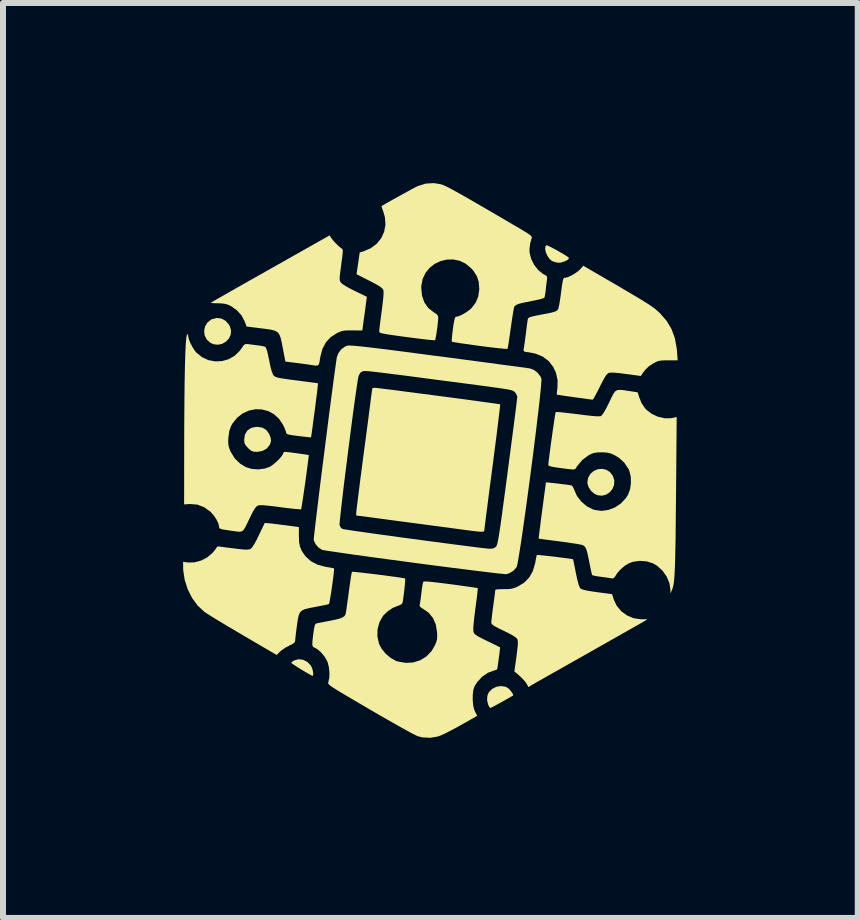
<source format=kicad_pcb>
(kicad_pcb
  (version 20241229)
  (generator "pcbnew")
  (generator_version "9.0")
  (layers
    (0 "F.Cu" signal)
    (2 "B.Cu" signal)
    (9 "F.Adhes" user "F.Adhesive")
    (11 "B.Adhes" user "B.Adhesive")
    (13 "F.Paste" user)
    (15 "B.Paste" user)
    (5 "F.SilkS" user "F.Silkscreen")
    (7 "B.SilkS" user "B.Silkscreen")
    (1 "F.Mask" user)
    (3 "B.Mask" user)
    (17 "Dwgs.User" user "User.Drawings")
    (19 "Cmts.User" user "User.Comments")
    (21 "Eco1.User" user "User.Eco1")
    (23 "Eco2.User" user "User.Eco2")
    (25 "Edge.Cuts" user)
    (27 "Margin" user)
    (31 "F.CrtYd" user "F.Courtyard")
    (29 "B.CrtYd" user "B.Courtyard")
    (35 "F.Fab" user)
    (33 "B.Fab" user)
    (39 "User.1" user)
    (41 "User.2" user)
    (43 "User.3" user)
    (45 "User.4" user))
  (footprint "Logo_10x10mm"
    (layer "F.Cu")
    (at 4.167 4.66)
    (property "Reference" "Logo_10x10mm" (at 0 0 0) (layer "F.SilkS") (effects (font (size 0.001 0.001) (thickness 0.15))))
    (attr board_only exclude_from_pos_files exclude_from_bom)
    (fp_poly (pts (xy -3.53 -2.404) (xy -3.459 -2.366) (xy -3.402 -2.301) (xy -3.39 -2.28) (xy -3.368 -2.207) (xy -3.374 -2.136) (xy -3.403 -2.073) (xy -3.451 -2.021) (xy -3.513 -1.984) (xy -3.583 -1.968) (xy -3.657 -1.975) (xy -3.712 -1.999) (xy -3.772 -2.053) (xy -3.807 -2.121) (xy -3.817 -2.195) (xy -3.802 -2.269) (xy -3.764 -2.335) (xy -3.702 -2.385) (xy -3.691 -2.391) (xy -3.609 -2.413)) (stroke (width 0) (type solid)) (fill yes) (layer "F.SilkS"))
    (fp_poly (pts (xy 2.879 0.114) (xy 2.941 0.152) (xy 2.991 0.215) (xy 2.992 0.217) (xy 3.016 0.294) (xy 3.012 0.368) (xy 2.985 0.435) (xy 2.94 0.49) (xy 2.881 0.529) (xy 2.813 0.547) (xy 2.74 0.54) (xy 2.687 0.517) (xy 2.63 0.468) (xy 2.588 0.406) (xy 2.568 0.342) (xy 2.567 0.328) (xy 2.58 0.247) (xy 2.618 0.183) (xy 2.672 0.136) (xy 2.738 0.107) (xy 2.809 0.1)) (stroke (width 0) (type solid)) (fill yes) (layer "F.SilkS"))
    (fp_poly (pts (xy -2.168 3.28) (xy -2.098 3.316) (xy -2.04 3.376) (xy -2.033 3.388) (xy -2.015 3.428) (xy -2.004 3.474) (xy -1.999 3.516) (xy -2.004 3.543) (xy -2.013 3.548) (xy -2.031 3.54) (xy -2.072 3.517) (xy -2.129 3.484) (xy -2.196 3.444) (xy -2.262 3.403) (xy -2.316 3.368) (xy -2.353 3.342) (xy -2.367 3.33) (xy -2.367 3.33) (xy -2.353 3.315) (xy -2.321 3.294) (xy -2.314 3.29) (xy -2.242 3.271)) (stroke (width 0) (type solid)) (fill yes) (layer "F.SilkS"))
    (fp_poly (pts (xy 1.902 -3.62) (xy 1.942 -3.602) (xy 1.997 -3.574) (xy 2.06 -3.54) (xy 2.124 -3.503) (xy 2.183 -3.469) (xy 2.229 -3.439) (xy 2.256 -3.419) (xy 2.259 -3.415) (xy 2.254 -3.396) (xy 2.226 -3.374) (xy 2.183 -3.354) (xy 2.134 -3.339) (xy 2.092 -3.333) (xy 2.033 -3.342) (xy 1.979 -3.362) (xy 1.974 -3.365) (xy 1.934 -3.401) (xy 1.9 -3.451) (xy 1.876 -3.507) (xy 1.864 -3.561) (xy 1.868 -3.604) (xy 1.883 -3.625)) (stroke (width 0) (type solid)) (fill yes) (layer "F.SilkS"))
    (fp_poly (pts (xy -2.847 -0.587) (xy -2.781 -0.547) (xy -2.734 -0.481) (xy -2.732 -0.478) (xy -2.708 -0.416) (xy -2.702 -0.368) (xy -2.714 -0.323) (xy -2.726 -0.298) (xy -2.775 -0.237) (xy -2.847 -0.198) (xy -2.935 -0.183) (xy -2.939 -0.183) (xy -2.991 -0.186) (xy -3.028 -0.199) (xy -3.066 -0.229) (xy -3.085 -0.248) (xy -3.125 -0.292) (xy -3.144 -0.33) (xy -3.15 -0.374) (xy -3.15 -0.382) (xy -3.137 -0.47) (xy -3.098 -0.537) (xy -3.036 -0.581) (xy -2.953 -0.599) (xy -2.933 -0.6)) (stroke (width 0) (type solid)) (fill yes) (layer "F.SilkS"))
    (fp_poly (pts (xy 1.204 3.73) (xy 1.233 3.744) (xy 1.263 3.768) (xy 1.294 3.803) (xy 1.32 3.839) (xy 1.332 3.866) (xy 1.331 3.874) (xy 1.311 3.887) (xy 1.27 3.911) (xy 1.214 3.942) (xy 1.151 3.978) (xy 1.086 4.013) (xy 1.027 4.045) (xy 0.981 4.069) (xy 0.954 4.082) (xy 0.951 4.083) (xy 0.936 4.07) (xy 0.918 4.036) (xy 0.915 4.03) (xy 0.897 3.953) (xy 0.902 3.877) (xy 0.924 3.824) (xy 0.979 3.767) (xy 1.051 3.73) (xy 1.129 3.718)) (stroke (width 0) (type solid)) (fill yes) (layer "F.SilkS"))
    (fp_poly (pts (xy -0.951 -1.248) (xy -0.897 -1.242) (xy -0.819 -1.232) (xy -0.718 -1.22) (xy -0.598 -1.205) (xy -0.464 -1.187) (xy -0.317 -1.168) (xy -0.163 -1.148) (xy -0.003 -1.127) (xy 0.158 -1.106) (xy 0.318 -1.085) (xy 0.472 -1.064) (xy 0.617 -1.045) (xy 0.75 -1.027) (xy 0.868 -1.01) (xy 0.966 -0.997) (xy 1.043 -0.986) (xy 1.093 -0.978) (xy 1.114 -0.974) (xy 1.115 -0.974) (xy 1.114 -0.957) (xy 1.109 -0.909) (xy 1.1 -0.834) (xy 1.088 -0.735) (xy 1.073 -0.613) (xy 1.056 -0.473) (xy 1.036 -0.317) (xy 1.014 -0.147) (xy 0.991 0.033) (xy 0.986 0.071) (xy 0.962 0.253) (xy 0.939 0.426) (xy 0.918 0.587) (xy 0.9 0.732) (xy 0.883 0.859) (xy 0.87 0.965) (xy 0.859 1.047) (xy 0.853 1.102) (xy 0.85 1.128) (xy 0.85 1.129) (xy 0.845 1.14) (xy 0.829 1.146) (xy 0.797 1.147) (xy 0.745 1.144) (xy 0.67 1.136) (xy 0.567 1.122) (xy 0.517 1.116) (xy 0.453 1.107) (xy 0.361 1.095) (xy 0.245 1.079) (xy 0.109 1.061) (xy -0.041 1.041) (xy -0.202 1.02) (xy -0.368 0.998) (xy -0.496 0.981) (xy -1.283 0.877) (xy -1.283 0.834) (xy -1.281 0.811) (xy -1.275 0.757) (xy -1.265 0.676) (xy -1.252 0.571) (xy -1.236 0.445) (xy -1.218 0.301) (xy -1.197 0.141) (xy -1.175 -0.03) (xy -1.151 -0.21) (xy -1.15 -0.217) (xy -1.126 -0.396) (xy -1.104 -0.566) (xy -1.083 -0.723) (xy -1.065 -0.865) (xy -1.049 -0.988) (xy -1.036 -1.089) (xy -1.026 -1.167) (xy -1.019 -1.217) (xy -1.017 -1.237) (xy -1.017 -1.238) (xy -1.002 -1.247) (xy -0.975 -1.25)) (stroke (width 0) (type solid)) (fill yes) (layer "F.SilkS"))
    (fp_poly (pts (xy -1.702 -3.749) (xy -1.669 -3.706) (xy -1.624 -3.657) (xy -1.577 -3.611) (xy -1.537 -3.578) (xy -1.528 -3.572) (xy -1.517 -3.565) (xy -1.51 -3.552) (xy -1.507 -3.531) (xy -1.509 -3.494) (xy -1.515 -3.438) (xy -1.526 -3.357) (xy -1.533 -3.301) (xy -1.546 -3.204) (xy -1.555 -3.133) (xy -1.559 -3.084) (xy -1.558 -3.051) (xy -1.553 -3.029) (xy -1.544 -3.01) (xy -1.541 -3.005) (xy -1.512 -2.978) (xy -1.456 -2.942) (xy -1.376 -2.898) (xy -1.31 -2.865) (xy -1.106 -2.766) (xy -1.143 -2.487) (xy -1.156 -2.395) (xy -1.167 -2.316) (xy -1.175 -2.254) (xy -1.18 -2.216) (xy -1.182 -2.206) (xy -1.198 -2.205) (xy -1.24 -2.205) (xy -1.301 -2.206) (xy -1.346 -2.206) (xy -1.425 -2.206) (xy -1.481 -2.203) (xy -1.526 -2.194) (xy -1.569 -2.178) (xy -1.603 -2.162) (xy -1.708 -2.095) (xy -1.788 -2.008) (xy -1.846 -1.9) (xy -1.881 -1.767) (xy -1.885 -1.742) (xy -1.895 -1.679) (xy -1.906 -1.64) (xy -1.926 -1.622) (xy -1.962 -1.62) (xy -2.02 -1.628) (xy -2.05 -1.633) (xy -2.1 -1.641) (xy -2.171 -1.65) (xy -2.252 -1.661) (xy -2.294 -1.666) (xy -2.463 -1.687) (xy -2.507 -1.914) (xy -2.526 -2.015) (xy -2.544 -2.089) (xy -2.566 -2.142) (xy -2.596 -2.178) (xy -2.64 -2.202) (xy -2.703 -2.218) (xy -2.791 -2.231) (xy -2.869 -2.241) (xy -3.11 -2.271) (xy -3.14 -2.353) (xy -3.191 -2.452) (xy -3.269 -2.54) (xy -3.366 -2.609) (xy -3.374 -2.613) (xy -3.428 -2.638) (xy -3.48 -2.651) (xy -3.545 -2.657) (xy -3.587 -2.658) (xy -3.645 -2.659) (xy -3.687 -2.663) (xy -3.704 -2.667) (xy -3.703 -2.669) (xy -3.687 -2.679) (xy -3.644 -2.703) (xy -3.577 -2.742) (xy -3.489 -2.792) (xy -3.38 -2.854) (xy -3.255 -2.925) (xy -3.115 -3.005) (xy -2.963 -3.091) (xy -2.801 -3.182) (xy -2.709 -3.234) (xy -1.727 -3.789)) (stroke (width 0) (type solid)) (fill yes) (layer "F.SilkS"))
    (fp_poly (pts (xy -2.744 1.006) (xy -2.677 1.013) (xy -2.593 1.023) (xy -2.52 1.033) (xy -2.238 1.07) (xy -2.239 1.214) (xy -2.235 1.318) (xy -2.219 1.4) (xy -2.187 1.473) (xy -2.135 1.547) (xy -2.127 1.558) (xy -2.039 1.638) (xy -1.928 1.696) (xy -1.795 1.732) (xy -1.782 1.734) (xy -1.722 1.744) (xy -1.676 1.753) (xy -1.654 1.758) (xy -1.653 1.759) (xy -1.652 1.777) (xy -1.656 1.822) (xy -1.663 1.887) (xy -1.673 1.965) (xy -1.685 2.05) (xy -1.697 2.135) (xy -1.71 2.214) (xy -1.721 2.281) (xy -1.73 2.329) (xy -1.737 2.351) (xy -1.737 2.351) (xy -1.758 2.358) (xy -1.805 2.369) (xy -1.872 2.382) (xy -1.951 2.397) (xy -1.962 2.399) (xy -2.062 2.418) (xy -2.135 2.436) (xy -2.186 2.459) (xy -2.219 2.491) (xy -2.241 2.539) (xy -2.256 2.608) (xy -2.27 2.702) (xy -2.272 2.719) (xy -2.283 2.802) (xy -2.292 2.876) (xy -2.298 2.932) (xy -2.3 2.964) (xy -2.3 2.965) (xy -2.308 2.989) (xy -2.336 3.013) (xy -2.39 3.04) (xy -2.396 3.043) (xy -2.459 3.076) (xy -2.52 3.117) (xy -2.55 3.142) (xy -2.609 3.2) (xy -3.167 2.874) (xy -3.295 2.798) (xy -3.417 2.726) (xy -3.53 2.658) (xy -3.63 2.598) (xy -3.712 2.547) (xy -3.773 2.508) (xy -3.81 2.483) (xy -3.812 2.482) (xy -3.923 2.379) (xy -4.017 2.251) (xy -4.09 2.107) (xy -4.14 1.951) (xy -4.165 1.79) (xy -4.166 1.737) (xy -4.167 1.649) (xy -4.086 1.66) (xy -3.979 1.658) (xy -3.87 1.629) (xy -3.767 1.576) (xy -3.679 1.502) (xy -3.638 1.453) (xy -3.593 1.391) (xy -3.339 1.423) (xy -3.237 1.436) (xy -3.164 1.443) (xy -3.112 1.446) (xy -3.077 1.444) (xy -3.052 1.438) (xy -3.044 1.434) (xy -3.016 1.407) (xy -2.979 1.35) (xy -2.932 1.262) (xy -2.908 1.211) (xy -2.872 1.136) (xy -2.841 1.072) (xy -2.819 1.026) (xy -2.807 1.003) (xy -2.806 1.002) (xy -2.789 1.002)) (stroke (width 0) (type solid)) (fill yes) (layer "F.SilkS"))
    (fp_poly (pts (xy 1.744 1.535) (xy 1.788 1.538) (xy 1.852 1.545) (xy 1.93 1.553) (xy 2.015 1.563) (xy 2.102 1.574) (xy 2.182 1.584) (xy 2.251 1.593) (xy 2.301 1.601) (xy 2.327 1.605) (xy 2.328 1.606) (xy 2.333 1.623) (xy 2.342 1.666) (xy 2.355 1.73) (xy 2.371 1.809) (xy 2.375 1.834) (xy 2.4 1.948) (xy 2.422 2.03) (xy 2.442 2.079) (xy 2.449 2.089) (xy 2.471 2.103) (xy 2.508 2.116) (xy 2.566 2.129) (xy 2.65 2.143) (xy 2.729 2.154) (xy 2.979 2.188) (xy 3.006 2.275) (xy 3.056 2.381) (xy 3.132 2.472) (xy 3.228 2.542) (xy 3.337 2.588) (xy 3.455 2.605) (xy 3.459 2.605) (xy 3.567 2.606) (xy 3.521 2.635) (xy 3.499 2.648) (xy 3.45 2.676) (xy 3.377 2.717) (xy 3.284 2.77) (xy 3.171 2.834) (xy 3.044 2.906) (xy 2.903 2.986) (xy 2.751 3.072) (xy 2.592 3.162) (xy 2.583 3.167) (xy 2.424 3.257) (xy 2.271 3.343) (xy 2.129 3.424) (xy 2 3.497) (xy 1.886 3.561) (xy 1.79 3.616) (xy 1.715 3.658) (xy 1.664 3.688) (xy 1.639 3.702) (xy 1.638 3.703) (xy 1.585 3.735) (xy 1.561 3.688) (xy 1.526 3.638) (xy 1.469 3.577) (xy 1.397 3.512) (xy 1.388 3.505) (xy 1.351 3.475) (xy 1.386 3.227) (xy 1.399 3.123) (xy 1.407 3.047) (xy 1.41 2.994) (xy 1.407 2.958) (xy 1.402 2.939) (xy 1.382 2.915) (xy 1.342 2.886) (xy 1.277 2.849) (xy 1.185 2.803) (xy 1.175 2.798) (xy 1.09 2.757) (xy 1.032 2.726) (xy 0.995 2.703) (xy 0.975 2.684) (xy 0.967 2.667) (xy 0.967 2.66) (xy 0.969 2.63) (xy 0.975 2.574) (xy 0.984 2.499) (xy 0.995 2.412) (xy 1 2.375) (xy 1.012 2.288) (xy 1.022 2.212) (xy 1.029 2.155) (xy 1.033 2.121) (xy 1.033 2.116) (xy 1.049 2.11) (xy 1.09 2.106) (xy 1.148 2.104) (xy 1.171 2.104) (xy 1.249 2.103) (xy 1.308 2.096) (xy 1.36 2.081) (xy 1.402 2.063) (xy 1.512 1.998) (xy 1.597 1.912) (xy 1.658 1.805) (xy 1.697 1.674) (xy 1.702 1.646) (xy 1.712 1.591) (xy 1.721 1.55) (xy 1.726 1.535)) (stroke (width 0) (type solid)) (fill yes) (layer "F.SilkS"))
    (fp_poly (pts (xy 3.079 -2.946) (xy 3.228 -2.858) (xy 3.352 -2.785) (xy 3.453 -2.725) (xy 3.535 -2.674) (xy 3.601 -2.632) (xy 3.654 -2.595) (xy 3.698 -2.562) (xy 3.734 -2.531) (xy 3.768 -2.5) (xy 3.777 -2.492) (xy 3.887 -2.366) (xy 3.968 -2.23) (xy 4.024 -2.079) (xy 4.055 -1.91) (xy 4.061 -1.85) (xy 4.071 -1.708) (xy 3.915 -1.708) (xy 3.838 -1.707) (xy 3.783 -1.703) (xy 3.741 -1.693) (xy 3.7 -1.675) (xy 3.669 -1.659) (xy 3.589 -1.607) (xy 3.526 -1.544) (xy 3.483 -1.486) (xy 3.458 -1.447) (xy 3.208 -1.481) (xy 3.105 -1.494) (xy 3.03 -1.501) (xy 2.977 -1.504) (xy 2.941 -1.502) (xy 2.917 -1.495) (xy 2.917 -1.495) (xy 2.893 -1.475) (xy 2.863 -1.434) (xy 2.826 -1.369) (xy 2.778 -1.276) (xy 2.772 -1.262) (xy 2.734 -1.187) (xy 2.7 -1.123) (xy 2.674 -1.077) (xy 2.658 -1.054) (xy 2.655 -1.052) (xy 2.635 -1.055) (xy 2.587 -1.061) (xy 2.518 -1.071) (xy 2.432 -1.082) (xy 2.352 -1.093) (xy 2.258 -1.106) (xy 2.176 -1.118) (xy 2.112 -1.128) (xy 2.071 -1.134) (xy 2.058 -1.137) (xy 2.058 -1.155) (xy 2.062 -1.196) (xy 2.068 -1.242) (xy 2.072 -1.374) (xy 2.044 -1.5) (xy 2 -1.595) (xy 1.925 -1.693) (xy 1.827 -1.768) (xy 1.708 -1.818) (xy 1.595 -1.841) (xy 1.541 -1.848) (xy 1.513 -1.857) (xy 1.504 -1.871) (xy 1.506 -1.895) (xy 1.507 -1.897) (xy 1.512 -1.931) (xy 1.521 -1.989) (xy 1.531 -2.064) (xy 1.542 -2.148) (xy 1.542 -2.15) (xy 1.552 -2.233) (xy 1.562 -2.306) (xy 1.57 -2.362) (xy 1.575 -2.393) (xy 1.575 -2.393) (xy 1.582 -2.409) (xy 1.599 -2.422) (xy 1.63 -2.433) (xy 1.683 -2.446) (xy 1.761 -2.462) (xy 1.787 -2.467) (xy 1.889 -2.486) (xy 1.962 -2.501) (xy 2.013 -2.515) (xy 2.046 -2.528) (xy 2.066 -2.542) (xy 2.079 -2.559) (xy 2.081 -2.562) (xy 2.089 -2.59) (xy 2.1 -2.643) (xy 2.112 -2.715) (xy 2.124 -2.797) (xy 2.124 -2.801) (xy 2.138 -2.903) (xy 2.148 -2.978) (xy 2.157 -3.028) (xy 2.165 -3.059) (xy 2.174 -3.076) (xy 2.184 -3.082) (xy 2.197 -3.083) (xy 2.241 -3.093) (xy 2.299 -3.119) (xy 2.361 -3.156) (xy 2.417 -3.196) (xy 2.449 -3.226) (xy 2.499 -3.283)) (stroke (width 0) (type solid)) (fill yes) (layer "F.SilkS"))
    (fp_poly (pts (xy 3.168 -1.211) (xy 3.252 -1.198) (xy 3.273 -1.195) (xy 3.405 -1.175) (xy 3.425 -1.108) (xy 3.468 -0.998) (xy 3.528 -0.909) (xy 3.551 -0.884) (xy 3.639 -0.817) (xy 3.742 -0.768) (xy 3.851 -0.743) (xy 3.956 -0.743) (xy 3.977 -0.747) (xy 4.055 -0.764) (xy 4.044 0.556) (xy 4.041 0.811) (xy 4.039 1.035) (xy 4.037 1.23) (xy 4.034 1.398) (xy 4.031 1.542) (xy 4.028 1.664) (xy 4.024 1.767) (xy 4.02 1.851) (xy 4.015 1.92) (xy 4.01 1.976) (xy 4.003 2.022) (xy 3.996 2.058) (xy 3.987 2.088) (xy 3.978 2.115) (xy 3.975 2.121) (xy 3.951 2.175) (xy 3.951 2.116) (xy 3.934 2.004) (xy 3.889 1.896) (xy 3.82 1.797) (xy 3.733 1.717) (xy 3.659 1.673) (xy 3.555 1.641) (xy 3.44 1.632) (xy 3.328 1.648) (xy 3.258 1.673) (xy 3.189 1.715) (xy 3.121 1.774) (xy 3.063 1.839) (xy 3.03 1.892) (xy 3.006 1.922) (xy 2.977 1.925) (xy 2.944 1.919) (xy 2.889 1.911) (xy 2.822 1.902) (xy 2.8 1.899) (xy 2.735 1.89) (xy 2.683 1.88) (xy 2.652 1.872) (xy 2.648 1.87) (xy 2.641 1.85) (xy 2.63 1.804) (xy 2.616 1.739) (xy 2.602 1.667) (xy 2.581 1.564) (xy 2.564 1.489) (xy 2.548 1.437) (xy 2.531 1.404) (xy 2.512 1.383) (xy 2.487 1.37) (xy 2.486 1.369) (xy 2.456 1.362) (xy 2.399 1.351) (xy 2.321 1.339) (xy 2.226 1.325) (xy 2.122 1.311) (xy 2.1 1.308) (xy 1.998 1.295) (xy 1.907 1.283) (xy 1.834 1.273) (xy 1.782 1.266) (xy 1.757 1.262) (xy 1.756 1.261) (xy 1.757 1.245) (xy 1.763 1.199) (xy 1.771 1.129) (xy 1.783 1.039) (xy 1.796 0.932) (xy 1.812 0.813) (xy 1.815 0.792) (xy 1.877 0.325) (xy 1.918 0.328) (xy 1.966 0.333) (xy 2.032 0.34) (xy 2.105 0.349) (xy 2.178 0.358) (xy 2.241 0.366) (xy 2.286 0.373) (xy 2.302 0.376) (xy 2.323 0.396) (xy 2.343 0.435) (xy 2.347 0.447) (xy 2.394 0.552) (xy 2.467 0.646) (xy 2.557 0.723) (xy 2.659 0.775) (xy 2.691 0.785) (xy 2.804 0.8) (xy 2.919 0.784) (xy 3.028 0.742) (xy 3.127 0.675) (xy 3.209 0.587) (xy 3.247 0.526) (xy 3.279 0.438) (xy 3.293 0.336) (xy 3.29 0.233) (xy 3.269 0.14) (xy 3.254 0.105) (xy 3.182 -0.003) (xy 3.093 -0.085) (xy 3.02 -0.128) (xy 2.959 -0.155) (xy 2.902 -0.169) (xy 2.835 -0.175) (xy 2.8 -0.175) (xy 2.729 -0.173) (xy 2.677 -0.165) (xy 2.629 -0.148) (xy 2.583 -0.123) (xy 2.485 -0.05) (xy 2.399 0.052) (xy 2.375 0.09) (xy 2.366 0.101) (xy 2.352 0.108) (xy 2.327 0.11) (xy 2.285 0.107) (xy 2.22 0.1) (xy 2.138 0.089) (xy 2.045 0.076) (xy 1.981 0.065) (xy 1.942 0.055) (xy 1.922 0.045) (xy 1.917 0.034) (xy 1.919 0.004) (xy 1.925 -0.051) (xy 1.935 -0.127) (xy 1.947 -0.218) (xy 1.96 -0.318) (xy 1.975 -0.423) (xy 1.989 -0.527) (xy 2.004 -0.624) (xy 2.016 -0.71) (xy 2.027 -0.779) (xy 2.035 -0.826) (xy 2.04 -0.846) (xy 2.04 -0.846) (xy 2.059 -0.847) (xy 2.106 -0.844) (xy 2.176 -0.837) (xy 2.265 -0.827) (xy 2.366 -0.815) (xy 2.407 -0.81) (xy 2.533 -0.794) (xy 2.63 -0.783) (xy 2.702 -0.777) (xy 2.751 -0.775) (xy 2.783 -0.777) (xy 2.797 -0.782) (xy 2.818 -0.804) (xy 2.85 -0.853) (xy 2.888 -0.922) (xy 2.93 -1.006) (xy 2.931 -1.009) (xy 2.972 -1.094) (xy 3.003 -1.154) (xy 3.031 -1.191) (xy 3.064 -1.211) (xy 3.107 -1.216)) (stroke (width 0) (type solid)) (fill yes) (layer "F.SilkS"))
    (fp_poly (pts (xy -4.084 -2.139) (xy -4.084 -2.117) (xy -4.073 -2.066) (xy -4.048 -2) (xy -4.012 -1.931) (xy -3.972 -1.868) (xy -3.945 -1.836) (xy -3.851 -1.76) (xy -3.745 -1.711) (xy -3.632 -1.69) (xy -3.519 -1.695) (xy -3.409 -1.726) (xy -3.309 -1.783) (xy -3.224 -1.865) (xy -3.197 -1.903) (xy -3.165 -1.949) (xy -3.142 -1.973) (xy -3.117 -1.98) (xy -3.081 -1.977) (xy -3.075 -1.977) (xy -3.018 -1.969) (xy -2.949 -1.96) (xy -2.917 -1.956) (xy -2.861 -1.948) (xy -2.816 -1.938) (xy -2.799 -1.932) (xy -2.784 -1.91) (xy -2.766 -1.858) (xy -2.747 -1.774) (xy -2.733 -1.706) (xy -2.711 -1.599) (xy -2.69 -1.522) (xy -2.67 -1.473) (xy -2.659 -1.455) (xy -2.645 -1.442) (xy -2.624 -1.431) (xy -2.594 -1.421) (xy -2.549 -1.411) (xy -2.484 -1.401) (xy -2.396 -1.388) (xy -2.279 -1.373) (xy -2.275 -1.373) (xy -2.171 -1.359) (xy -2.079 -1.347) (xy -2.004 -1.337) (xy -1.95 -1.33) (xy -1.922 -1.325) (xy -1.92 -1.325) (xy -1.921 -1.308) (xy -1.926 -1.263) (xy -1.933 -1.196) (xy -1.944 -1.112) (xy -1.956 -1.015) (xy -1.969 -0.911) (xy -1.983 -0.806) (xy -1.997 -0.704) (xy -2.009 -0.61) (xy -2.02 -0.53) (xy -2.029 -0.47) (xy -2.035 -0.433) (xy -2.037 -0.425) (xy -2.054 -0.425) (xy -2.098 -0.43) (xy -2.162 -0.437) (xy -2.24 -0.446) (xy -2.246 -0.447) (xy -2.333 -0.458) (xy -2.392 -0.468) (xy -2.428 -0.477) (xy -2.445 -0.488) (xy -2.45 -0.5) (xy -2.457 -0.528) (xy -2.476 -0.576) (xy -2.501 -0.631) (xy -2.569 -0.734) (xy -2.654 -0.811) (xy -2.751 -0.863) (xy -2.857 -0.89) (xy -2.966 -0.893) (xy -3.073 -0.87) (xy -3.176 -0.823) (xy -3.268 -0.751) (xy -3.345 -0.655) (xy -3.369 -0.612) (xy -3.398 -0.529) (xy -3.413 -0.419) (xy -3.413 -0.415) (xy -3.416 -0.344) (xy -3.411 -0.291) (xy -3.398 -0.241) (xy -3.375 -0.186) (xy -3.307 -0.074) (xy -3.215 0.015) (xy -3.119 0.072) (xy -3.024 0.101) (xy -2.916 0.109) (xy -2.81 0.096) (xy -2.73 0.069) (xy -2.682 0.04) (xy -2.63 -0.003) (xy -2.578 -0.051) (xy -2.535 -0.099) (xy -2.507 -0.139) (xy -2.5 -0.16) (xy -2.486 -0.18) (xy -2.47 -0.183) (xy -2.442 -0.181) (xy -2.393 -0.176) (xy -2.329 -0.167) (xy -2.259 -0.158) (xy -2.191 -0.148) (xy -2.132 -0.14) (xy -2.09 -0.133) (xy -2.074 -0.129) (xy -2.075 -0.111) (xy -2.08 -0.066) (xy -2.089 0.002) (xy -2.1 0.087) (xy -2.113 0.185) (xy -2.127 0.289) (xy -2.142 0.395) (xy -2.157 0.497) (xy -2.171 0.591) (xy -2.183 0.67) (xy -2.193 0.73) (xy -2.199 0.766) (xy -2.201 0.774) (xy -2.22 0.774) (xy -2.266 0.771) (xy -2.336 0.764) (xy -2.423 0.754) (xy -2.523 0.742) (xy -2.546 0.738) (xy -2.665 0.723) (xy -2.756 0.713) (xy -2.823 0.707) (xy -2.87 0.705) (xy -2.903 0.707) (xy -2.924 0.713) (xy -2.926 0.714) (xy -2.949 0.731) (xy -2.975 0.765) (xy -3.007 0.819) (xy -3.047 0.899) (xy -3.068 0.942) (xy -3.108 1.026) (xy -3.138 1.085) (xy -3.164 1.122) (xy -3.192 1.142) (xy -3.228 1.148) (xy -3.278 1.143) (xy -3.347 1.133) (xy -3.358 1.132) (xy -3.445 1.119) (xy -3.503 1.11) (xy -3.539 1.101) (xy -3.558 1.091) (xy -3.566 1.078) (xy -3.567 1.066) (xy -3.579 1.011) (xy -3.611 0.944) (xy -3.657 0.875) (xy -3.713 0.813) (xy -3.715 0.812) (xy -3.816 0.739) (xy -3.928 0.696) (xy -4.05 0.686) (xy -4.059 0.686) (xy -4.15 0.692) (xy -4.149 -0.267) (xy -4.148 -0.592) (xy -4.146 -0.887) (xy -4.144 -1.151) (xy -4.141 -1.384) (xy -4.137 -1.587) (xy -4.132 -1.757) (xy -4.127 -1.896) (xy -4.121 -2.003) (xy -4.114 -2.077) (xy -4.107 -2.118) (xy -4.104 -2.125) (xy -4.09 -2.147)) (stroke (width 0) (type solid)) (fill yes) (layer "F.SilkS"))
    (fp_poly (pts (xy 0.116 -4.643) (xy 0.138 -4.637) (xy 0.162 -4.628) (xy 0.191 -4.616) (xy 0.226 -4.6) (xy 0.27 -4.578) (xy 0.324 -4.549) (xy 0.39 -4.512) (xy 0.471 -4.467) (xy 0.568 -4.412) (xy 0.683 -4.345) (xy 0.818 -4.267) (xy 0.975 -4.176) (xy 1.156 -4.07) (xy 1.362 -3.949) (xy 1.488 -3.875) (xy 1.565 -3.828) (xy 1.614 -3.794) (xy 1.639 -3.769) (xy 1.642 -3.754) (xy 1.615 -3.658) (xy 1.603 -3.56) (xy 1.605 -3.5) (xy 1.631 -3.397) (xy 1.681 -3.298) (xy 1.748 -3.212) (xy 1.828 -3.147) (xy 1.862 -3.129) (xy 1.889 -3.111) (xy 1.897 -3.085) (xy 1.894 -3.051) (xy 1.887 -3.002) (xy 1.879 -2.936) (xy 1.874 -2.881) (xy 1.866 -2.821) (xy 1.858 -2.775) (xy 1.851 -2.751) (xy 1.831 -2.741) (xy 1.785 -2.727) (xy 1.72 -2.712) (xy 1.657 -2.699) (xy 1.55 -2.678) (xy 1.471 -2.661) (xy 1.416 -2.645) (xy 1.38 -2.629) (xy 1.359 -2.613) (xy 1.35 -2.601) (xy 1.343 -2.576) (xy 1.333 -2.523) (xy 1.321 -2.448) (xy 1.307 -2.357) (xy 1.293 -2.255) (xy 1.29 -2.24) (xy 1.276 -2.138) (xy 1.263 -2.048) (xy 1.252 -1.975) (xy 1.242 -1.924) (xy 1.236 -1.9) (xy 1.236 -1.898) (xy 1.217 -1.898) (xy 1.17 -1.902) (xy 1.098 -1.909) (xy 1.006 -1.919) (xy 0.899 -1.932) (xy 0.781 -1.947) (xy 0.772 -1.948) (xy 0.653 -1.965) (xy 0.545 -1.98) (xy 0.452 -1.993) (xy 0.379 -2.005) (xy 0.33 -2.013) (xy 0.31 -2.018) (xy 0.31 -2.018) (xy 0.308 -2.037) (xy 0.311 -2.083) (xy 0.317 -2.148) (xy 0.327 -2.226) (xy 0.327 -2.231) (xy 0.34 -2.318) (xy 0.351 -2.377) (xy 0.361 -2.413) (xy 0.372 -2.43) (xy 0.381 -2.433) (xy 0.426 -2.444) (xy 0.486 -2.471) (xy 0.549 -2.508) (xy 0.607 -2.55) (xy 0.637 -2.577) (xy 0.707 -2.669) (xy 0.749 -2.769) (xy 0.766 -2.885) (xy 0.766 -2.908) (xy 0.757 -3.016) (xy 0.727 -3.108) (xy 0.673 -3.194) (xy 0.634 -3.239) (xy 0.543 -3.316) (xy 0.441 -3.366) (xy 0.334 -3.388) (xy 0.226 -3.386) (xy 0.121 -3.361) (xy 0.024 -3.315) (xy -0.061 -3.248) (xy -0.129 -3.164) (xy -0.177 -3.063) (xy -0.199 -2.948) (xy -0.2 -2.915) (xy -0.187 -2.783) (xy -0.147 -2.67) (xy -0.081 -2.578) (xy 0.011 -2.506) (xy 0.055 -2.477) (xy 0.077 -2.45) (xy 0.083 -2.417) (xy 0.083 -2.411) (xy 0.08 -2.37) (xy 0.074 -2.312) (xy 0.066 -2.244) (xy 0.056 -2.175) (xy 0.046 -2.112) (xy 0.037 -2.065) (xy 0.031 -2.042) (xy 0.031 -2.042) (xy 0.013 -2.042) (xy -0.034 -2.046) (xy -0.105 -2.053) (xy -0.197 -2.064) (xy -0.304 -2.077) (xy -0.423 -2.093) (xy -0.439 -2.095) (xy -0.574 -2.113) (xy -0.68 -2.128) (xy -0.761 -2.14) (xy -0.819 -2.15) (xy -0.858 -2.158) (xy -0.882 -2.166) (xy -0.895 -2.175) (xy -0.899 -2.184) (xy -0.9 -2.191) (xy -0.898 -2.218) (xy -0.892 -2.272) (xy -0.883 -2.347) (xy -0.871 -2.438) (xy -0.858 -2.533) (xy -0.843 -2.654) (xy -0.833 -2.745) (xy -0.828 -2.811) (xy -0.828 -2.856) (xy -0.833 -2.883) (xy -0.834 -2.884) (xy -0.85 -2.907) (xy -0.885 -2.935) (xy -0.942 -2.969) (xy -1.025 -3.014) (xy -1.064 -3.034) (xy -1.278 -3.142) (xy -1.251 -3.323) (xy -1.225 -3.505) (xy -1.158 -3.525) (xy -1.039 -3.576) (xy -0.941 -3.65) (xy -0.867 -3.742) (xy -0.818 -3.849) (xy -0.796 -3.967) (xy -0.805 -4.09) (xy -0.831 -4.182) (xy -0.849 -4.231) (xy -0.86 -4.266) (xy -0.862 -4.276) (xy -0.842 -4.289) (xy -0.798 -4.315) (xy -0.736 -4.35) (xy -0.661 -4.392) (xy -0.579 -4.437) (xy -0.496 -4.483) (xy -0.417 -4.526) (xy -0.348 -4.564) (xy -0.294 -4.592) (xy -0.26 -4.609) (xy -0.259 -4.61) (xy -0.128 -4.651) (xy 0.007 -4.66)) (stroke (width 0) (type solid)) (fill yes) (layer "F.SilkS"))
    (fp_poly (pts (xy -1.289 1.819) (xy -1.22 1.826) (xy -1.135 1.836) (xy -1.037 1.847) (xy -0.933 1.86) (xy -0.828 1.873) (xy -0.728 1.887) (xy -0.636 1.899) (xy -0.56 1.91) (xy -0.503 1.919) (xy -0.472 1.926) (xy -0.468 1.927) (xy -0.467 1.945) (xy -0.47 1.988) (xy -0.475 2.049) (xy -0.482 2.118) (xy -0.491 2.19) (xy -0.499 2.255) (xy -0.507 2.306) (xy -0.511 2.328) (xy -0.53 2.356) (xy -0.574 2.377) (xy -0.59 2.381) (xy -0.672 2.415) (xy -0.755 2.47) (xy -0.827 2.538) (xy -0.84 2.554) (xy -0.897 2.656) (xy -0.928 2.771) (xy -0.93 2.893) (xy -0.905 3.01) (xy -0.861 3.096) (xy -0.793 3.179) (xy -0.71 3.249) (xy -0.622 3.299) (xy -0.591 3.309) (xy -0.459 3.332) (xy -0.333 3.325) (xy -0.216 3.288) (xy -0.113 3.224) (xy -0.027 3.134) (xy 0.029 3.037) (xy 0.051 2.983) (xy 0.063 2.936) (xy 0.066 2.881) (xy 0.063 2.819) (xy 0.042 2.691) (xy -0.006 2.583) (xy -0.078 2.495) (xy -0.17 2.432) (xy -0.213 2.404) (xy -0.228 2.379) (xy -0.227 2.37) (xy -0.221 2.342) (xy -0.213 2.29) (xy -0.204 2.221) (xy -0.198 2.172) (xy -0.189 2.099) (xy -0.179 2.037) (xy -0.171 1.996) (xy -0.166 1.983) (xy -0.154 1.977) (xy -0.124 1.976) (xy -0.074 1.979) (xy 0.000225 1.986) (xy 0.1 1.998) (xy 0.229 2.014) (xy 0.292 2.022) (xy 0.41 2.038) (xy 0.516 2.053) (xy 0.607 2.066) (xy 0.678 2.076) (xy 0.724 2.083) (xy 0.742 2.087) (xy 0.742 2.087) (xy 0.741 2.104) (xy 0.737 2.149) (xy 0.729 2.218) (xy 0.718 2.304) (xy 0.705 2.404) (xy 0.701 2.433) (xy 0.684 2.57) (xy 0.673 2.675) (xy 0.667 2.751) (xy 0.668 2.801) (xy 0.671 2.82) (xy 0.683 2.842) (xy 0.706 2.864) (xy 0.745 2.89) (xy 0.806 2.922) (xy 0.892 2.965) (xy 0.897 2.967) (xy 0.973 3.004) (xy 1.038 3.036) (xy 1.085 3.059) (xy 1.11 3.072) (xy 1.112 3.073) (xy 1.112 3.091) (xy 1.107 3.134) (xy 1.1 3.196) (xy 1.092 3.251) (xy 1.082 3.324) (xy 1.074 3.384) (xy 1.068 3.424) (xy 1.067 3.436) (xy 1.052 3.447) (xy 1.017 3.458) (xy 1.012 3.459) (xy 0.91 3.497) (xy 0.814 3.563) (xy 0.732 3.652) (xy 0.689 3.72) (xy 0.668 3.78) (xy 0.658 3.861) (xy 0.657 3.951) (xy 0.665 4.04) (xy 0.683 4.114) (xy 0.696 4.144) (xy 0.732 4.214) (xy 0.453 4.372) (xy 0.359 4.424) (xy 0.269 4.471) (xy 0.188 4.512) (xy 0.124 4.541) (xy 0.084 4.557) (xy -0.05 4.58) (xy -0.182 4.573) (xy -0.261 4.553) (xy -0.292 4.538) (xy -0.349 4.509) (xy -0.428 4.466) (xy -0.526 4.412) (xy -0.641 4.347) (xy -0.768 4.275) (xy -0.904 4.197) (xy -1.047 4.114) (xy -1.055 4.109) (xy -1.216 4.015) (xy -1.35 3.936) (xy -1.461 3.871) (xy -1.549 3.818) (xy -1.618 3.776) (xy -1.67 3.743) (xy -1.706 3.718) (xy -1.731 3.698) (xy -1.744 3.684) (xy -1.75 3.672) (xy -1.751 3.662) (xy -1.747 3.652) (xy -1.747 3.651) (xy -1.732 3.583) (xy -1.729 3.497) (xy -1.738 3.408) (xy -1.757 3.328) (xy -1.765 3.308) (xy -1.808 3.231) (xy -1.865 3.161) (xy -1.927 3.106) (xy -1.969 3.082) (xy -1.991 3.072) (xy -2.006 3.059) (xy -2.013 3.038) (xy -2.014 3.002) (xy -2.01 2.946) (xy -2 2.865) (xy -1.997 2.841) (xy -1.986 2.762) (xy -1.975 2.711) (xy -1.962 2.684) (xy -1.952 2.676) (xy -1.925 2.671) (xy -1.874 2.66) (xy -1.805 2.647) (xy -1.733 2.633) (xy -1.63 2.612) (xy -1.556 2.593) (xy -1.506 2.572) (xy -1.476 2.549) (xy -1.46 2.521) (xy -1.46 2.521) (xy -1.456 2.496) (xy -1.447 2.444) (xy -1.437 2.369) (xy -1.424 2.278) (xy -1.41 2.176) (xy -1.408 2.158) (xy -1.394 2.057) (xy -1.381 1.966) (xy -1.37 1.893) (xy -1.36 1.841) (xy -1.354 1.817) (xy -1.353 1.815) (xy -1.335 1.815)) (stroke (width 0) (type solid)) (fill yes) (layer "F.SilkS"))
    (fp_poly (pts (xy -1.362 -1.953) (xy -1.315 -1.95) (xy -1.253 -1.944) (xy -1.174 -1.936) (xy -1.077 -1.925) (xy -0.959 -1.911) (xy -0.818 -1.894) (xy -0.653 -1.873) (xy -0.462 -1.848) (xy -0.242 -1.819) (xy 0.009 -1.786) (xy 0.092 -1.776) (xy 0.31 -1.747) (xy 0.52 -1.719) (xy 0.719 -1.693) (xy 0.904 -1.668) (xy 1.074 -1.645) (xy 1.225 -1.625) (xy 1.354 -1.608) (xy 1.461 -1.594) (xy 1.542 -1.583) (xy 1.594 -1.575) (xy 1.614 -1.572) (xy 1.68 -1.546) (xy 1.741 -1.498) (xy 1.787 -1.437) (xy 1.801 -1.403) (xy 1.802 -1.375) (xy 1.798 -1.318) (xy 1.791 -1.233) (xy 1.78 -1.124) (xy 1.766 -0.993) (xy 1.749 -0.844) (xy 1.729 -0.679) (xy 1.708 -0.502) (xy 1.684 -0.314) (xy 1.66 -0.119) (xy 1.634 0.079) (xy 1.608 0.279) (xy 1.581 0.478) (xy 1.555 0.671) (xy 1.529 0.858) (xy 1.504 1.034) (xy 1.481 1.197) (xy 1.459 1.344) (xy 1.439 1.472) (xy 1.421 1.579) (xy 1.407 1.66) (xy 1.396 1.714) (xy 1.388 1.737) (xy 1.336 1.797) (xy 1.264 1.84) (xy 1.217 1.854) (xy 1.194 1.853) (xy 1.141 1.848) (xy 1.06 1.84) (xy 0.953 1.827) (xy 0.823 1.811) (xy 0.671 1.793) (xy 0.502 1.771) (xy 0.316 1.748) (xy 0.116 1.722) (xy -0.095 1.695) (xy -0.315 1.666) (xy -0.315 1.666) (xy -0.535 1.636) (xy -0.746 1.608) (xy -0.947 1.581) (xy -1.133 1.555) (xy -1.303 1.532) (xy -1.455 1.51) (xy -1.586 1.491) (xy -1.694 1.475) (xy -1.776 1.463) (xy -1.83 1.454) (xy -1.853 1.449) (xy -1.911 1.411) (xy -1.961 1.353) (xy -1.99 1.291) (xy -1.991 1.287) (xy -1.99 1.266) (xy -1.985 1.214) (xy -1.976 1.136) (xy -1.965 1.035) (xy -1.561 1.035) (xy -1.561 1.038) (xy -1.54 1.078) (xy -1.512 1.101) (xy -1.49 1.106) (xy -1.439 1.114) (xy -1.36 1.126) (xy -1.258 1.141) (xy -1.136 1.158) (xy -0.997 1.178) (xy -0.845 1.199) (xy -0.681 1.221) (xy -0.511 1.245) (xy -0.336 1.268) (xy -0.16 1.292) (xy 0.014 1.315) (xy 0.182 1.337) (xy 0.342 1.358) (xy 0.489 1.377) (xy 0.622 1.394) (xy 0.736 1.409) (xy 0.829 1.42) (xy 0.897 1.427) (xy 0.937 1.431) (xy 0.943 1.431) (xy 0.999 1.426) (xy 1.039 1.403) (xy 1.046 1.396) (xy 1.053 1.386) (xy 1.06 1.37) (xy 1.067 1.346) (xy 1.075 1.312) (xy 1.084 1.265) (xy 1.095 1.202) (xy 1.107 1.123) (xy 1.122 1.025) (xy 1.139 0.904) (xy 1.158 0.76) (xy 1.181 0.589) (xy 1.208 0.391) (xy 1.238 0.161) (xy 1.24 0.146) (xy 1.266 -0.052) (xy 1.291 -0.241) (xy 1.314 -0.418) (xy 1.335 -0.58) (xy 1.354 -0.725) (xy 1.37 -0.851) (xy 1.383 -0.953) (xy 1.392 -1.031) (xy 1.398 -1.08) (xy 1.4 -1.099) (xy 1.389 -1.134) (xy 1.364 -1.173) (xy 1.363 -1.174) (xy 1.351 -1.186) (xy 1.337 -1.196) (xy 1.316 -1.205) (xy 1.286 -1.214) (xy 1.242 -1.223) (xy 1.182 -1.233) (xy 1.101 -1.245) (xy 0.997 -1.26) (xy 0.865 -1.278) (xy 0.767 -1.291) (xy 0.476 -1.329) (xy 0.216 -1.363) (xy -0.014 -1.393) (xy -0.216 -1.42) (xy -0.393 -1.443) (xy -0.546 -1.463) (xy -0.677 -1.479) (xy -0.787 -1.493) (xy -0.879 -1.504) (xy -0.955 -1.513) (xy -1.015 -1.52) (xy -1.063 -1.525) (xy -1.099 -1.528) (xy -1.126 -1.529) (xy -1.146 -1.529) (xy -1.16 -1.528) (xy -1.17 -1.526) (xy -1.178 -1.524) (xy -1.179 -1.524) (xy -1.216 -1.5) (xy -1.241 -1.454) (xy -1.245 -1.441) (xy -1.252 -1.409) (xy -1.262 -1.348) (xy -1.275 -1.261) (xy -1.291 -1.151) (xy -1.309 -1.023) (xy -1.329 -0.878) (xy -1.35 -0.721) (xy -1.372 -0.553) (xy -1.394 -0.38) (xy -1.417 -0.203) (xy -1.439 -0.026) (xy -1.461 0.147) (xy -1.482 0.314) (xy -1.501 0.472) (xy -1.518 0.617) (xy -1.533 0.745) (xy -1.545 0.854) (xy -1.554 0.941) (xy -1.56 1.002) (xy -1.561 1.035) (xy -1.965 1.035) (xy -1.964 1.033) (xy -1.95 0.908) (xy -1.932 0.764) (xy -1.913 0.605) (xy -1.892 0.432) (xy -1.869 0.249) (xy -1.845 0.058) (xy -1.82 -0.137) (xy -1.795 -0.334) (xy -1.77 -0.529) (xy -1.746 -0.721) (xy -1.722 -0.906) (xy -1.699 -1.082) (xy -1.677 -1.245) (xy -1.658 -1.393) (xy -1.64 -1.522) (xy -1.625 -1.631) (xy -1.613 -1.716) (xy -1.607 -1.756) (xy -1.581 -1.826) (xy -1.532 -1.891) (xy -1.469 -1.938) (xy -1.436 -1.951) (xy -1.421 -1.953) (xy -1.397 -1.954)) (stroke (width 0) (type solid)) (fill yes) (layer "F.SilkS")))
  (gr_rect
    (start -3 -3)
    (end 11.238 12.241)
    (stroke (width 0.1) (type default))
    (fill no)
    (layer "Edge.Cuts")))
</source>
